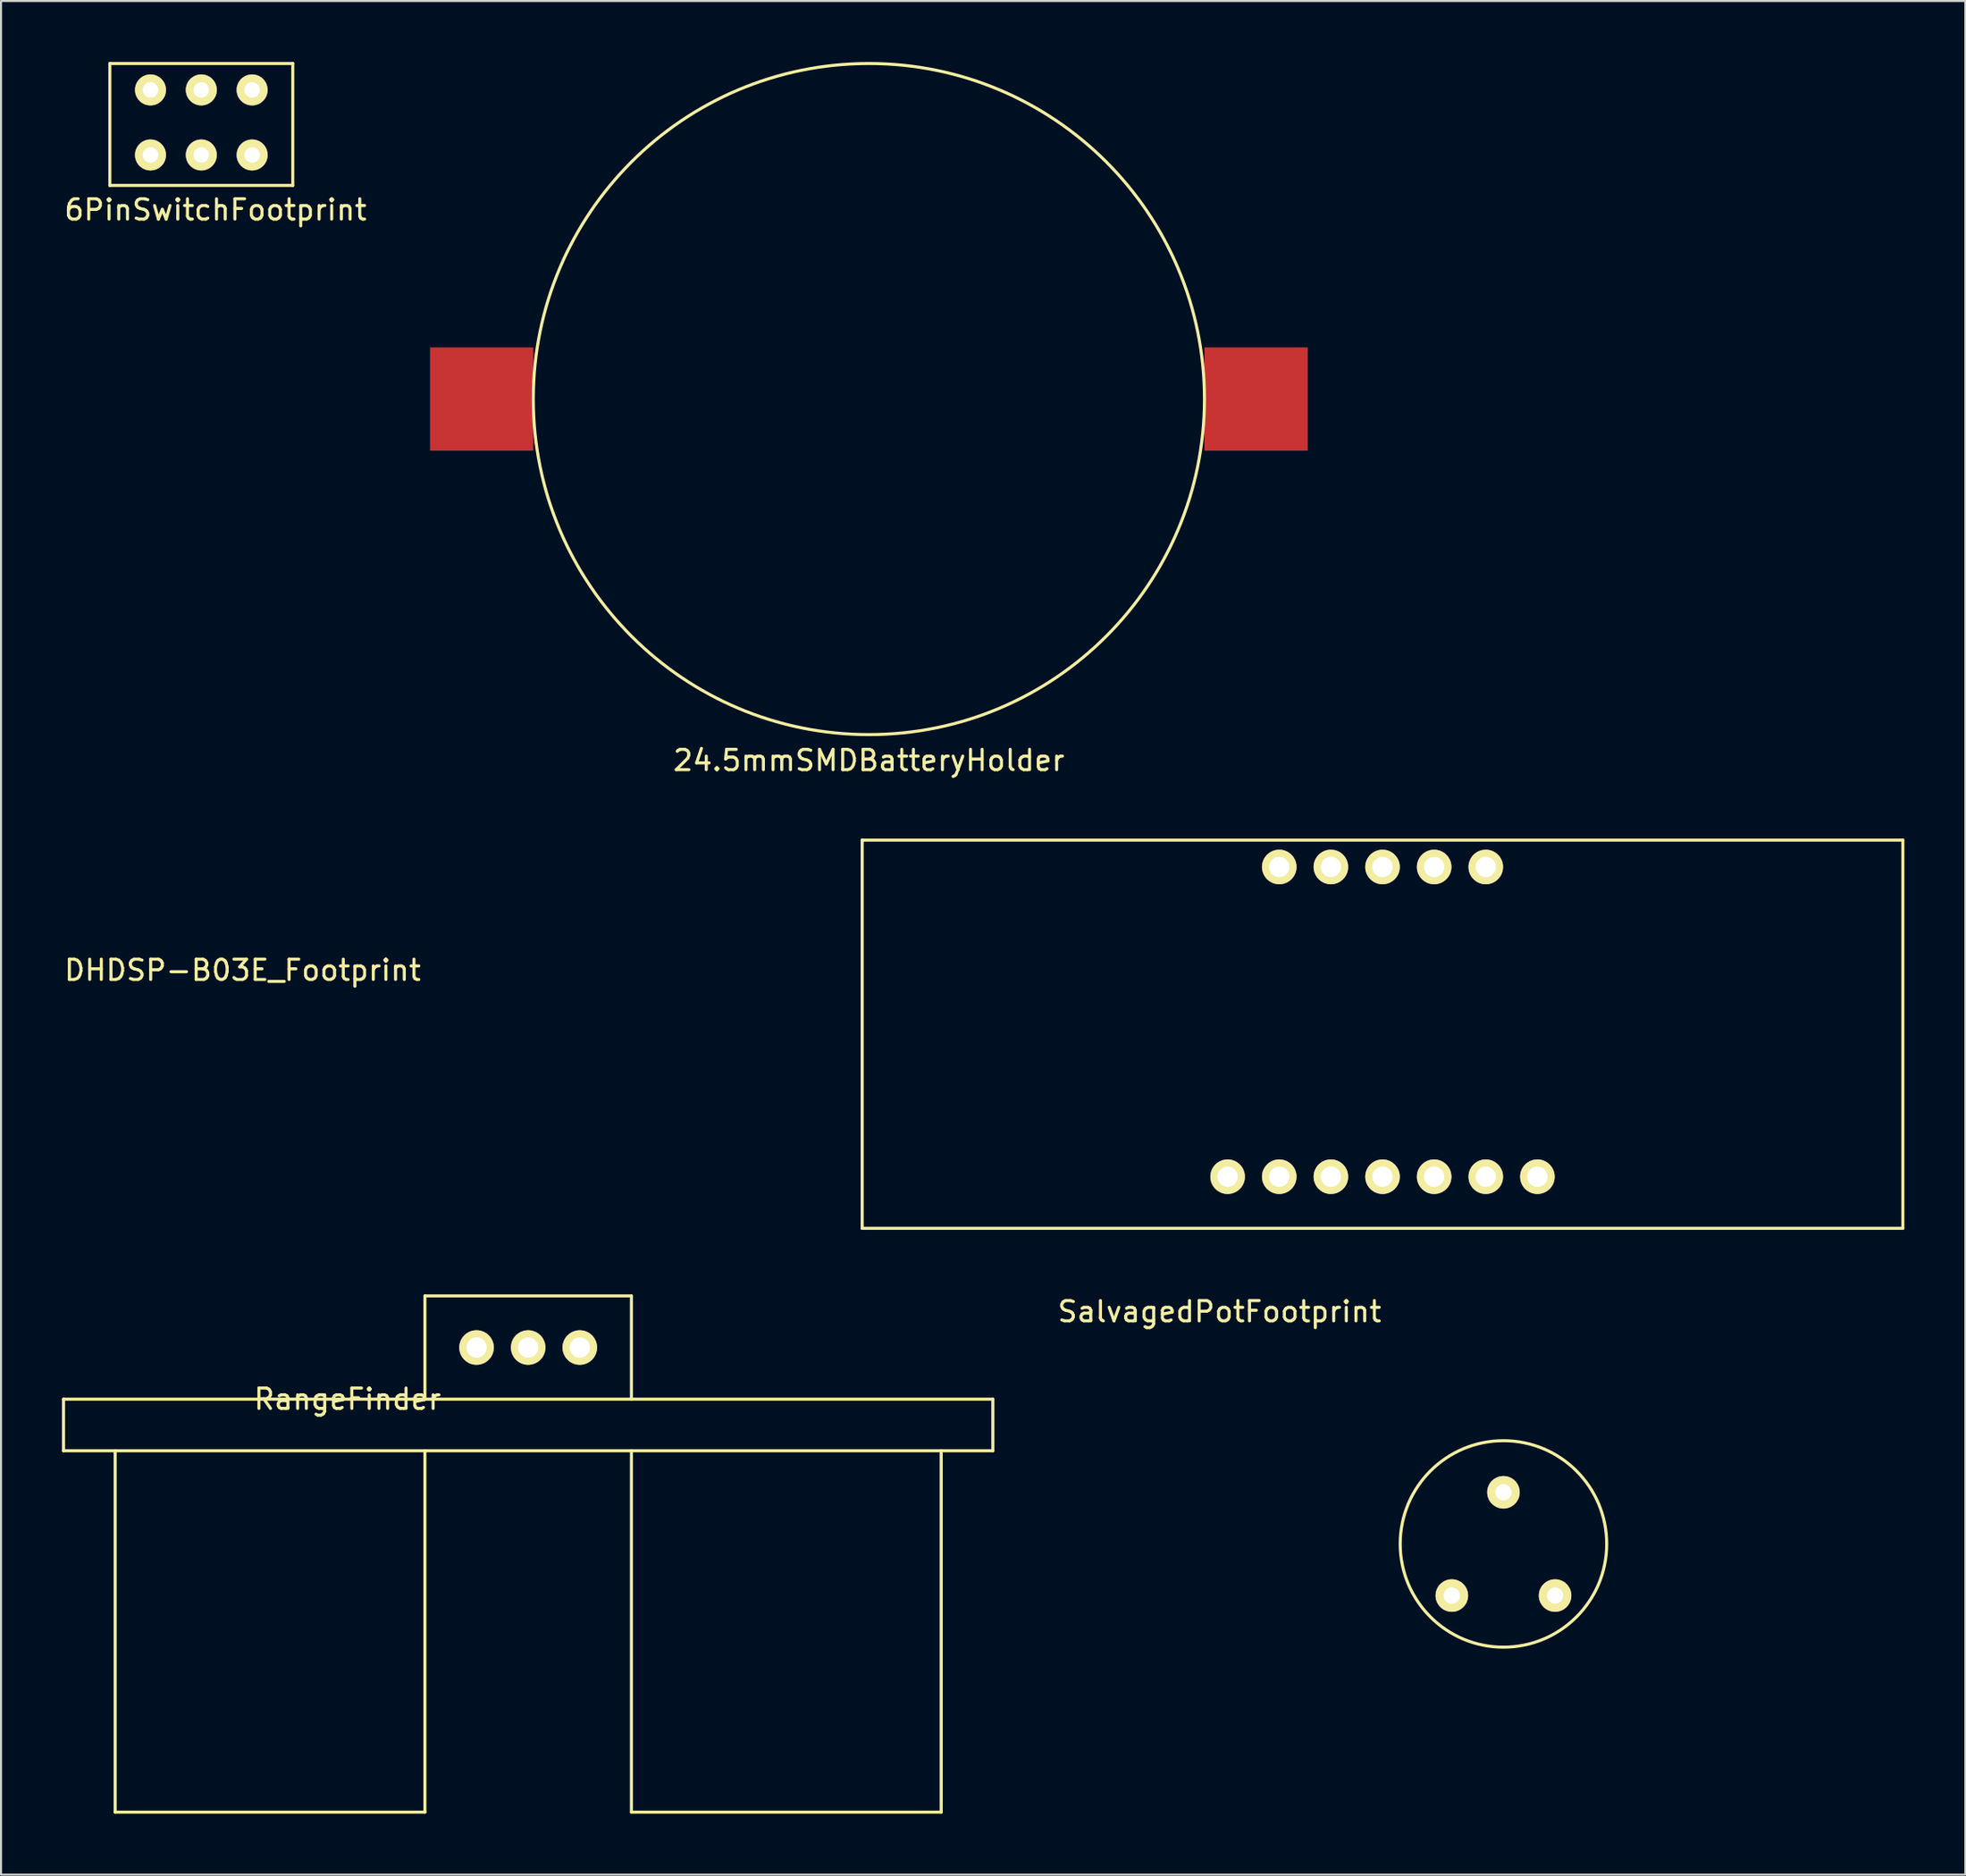
<source format=kicad_pcb>
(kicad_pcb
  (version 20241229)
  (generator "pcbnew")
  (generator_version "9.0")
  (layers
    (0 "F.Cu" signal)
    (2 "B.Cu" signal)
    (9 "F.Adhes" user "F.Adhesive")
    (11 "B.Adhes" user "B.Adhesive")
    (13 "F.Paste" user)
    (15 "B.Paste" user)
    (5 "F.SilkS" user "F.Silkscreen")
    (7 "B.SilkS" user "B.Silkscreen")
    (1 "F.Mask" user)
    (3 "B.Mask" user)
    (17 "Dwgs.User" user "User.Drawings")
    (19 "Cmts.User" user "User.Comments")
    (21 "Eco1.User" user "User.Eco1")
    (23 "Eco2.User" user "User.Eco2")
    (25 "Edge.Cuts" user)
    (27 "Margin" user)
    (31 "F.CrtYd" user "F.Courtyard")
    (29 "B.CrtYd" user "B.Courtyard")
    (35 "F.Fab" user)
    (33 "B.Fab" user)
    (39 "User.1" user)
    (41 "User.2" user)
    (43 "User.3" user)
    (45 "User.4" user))
  (footprint "SalvagedPotFootprint"
    (layer "F.Cu")
    (at 68.377 75.457)
    (property "Reference" "SalvagedPotFootprint" (at -11.43 -13.97 0) (layer "F.SilkS") (effects (font (size 1 1) (thickness 0.15))))
    (attr through_hole)
    (fp_circle (center 2.54 -2.54) (end 7.62 -2.54) (stroke (width 0.15) (type solid)) (fill no) (layer "F.SilkS"))
    (pad "1" thru_hole circle (at 0 0) (size 1.6 1.6) (drill 0.8) (layers "*.Cu" "*.Mask" "F.SilkS"))
    (pad "2" thru_hole circle (at 2.54 -5.08) (size 1.6 1.6) (drill 0.8) (layers "*.Cu" "*.Mask" "F.SilkS"))
    (pad "3" thru_hole circle (at 5.08 0) (size 1.6 1.6) (drill 0.8) (layers "*.Cu" "*.Mask" "F.SilkS")))
  (footprint "DHDSP-B03E_Footprint"
    (layer "F.Cu")
    (at 39.367 57.388)
    (property "Reference" "DHDSP-B03E_Footprint" (at -30.48 -12.7 0) (layer "F.SilkS") (effects (font (size 1 1) (thickness 0.15))))
    (attr through_hole)
    (fp_line (start 0 -19.1) (end 0 0) (stroke (width 0.15) (type solid)) (layer "F.SilkS"))
    (fp_line (start 0 0) (end 51.2 0) (stroke (width 0.15) (type solid)) (layer "F.SilkS"))
    (fp_line (start 51.2 -19.1) (end 0 -19.1) (stroke (width 0.15) (type solid)) (layer "F.SilkS"))
    (fp_line (start 51.2 0) (end 51.2 -19.1) (stroke (width 0.15) (type solid)) (layer "F.SilkS"))
    (pad "1" thru_hole circle (at 17.98 -2.54) (size 1.7 1.7) (drill 1) (layers "*.Cu" "*.Mask" "F.SilkS"))
    (pad "2" thru_hole circle (at 20.52 -2.54) (size 1.7 1.7) (drill 1) (layers "*.Cu" "*.Mask" "F.SilkS"))
    (pad "3" thru_hole circle (at 23.06 -2.54) (size 1.7 1.7) (drill 1) (layers "*.Cu" "*.Mask" "F.SilkS"))
    (pad "4" thru_hole circle (at 25.6 -2.54) (size 1.7 1.7) (drill 1) (layers "*.Cu" "*.Mask" "F.SilkS"))
    (pad "5" thru_hole circle (at 28.14 -2.54) (size 1.7 1.7) (drill 1) (layers "*.Cu" "*.Mask" "F.SilkS"))
    (pad "6" thru_hole circle (at 30.68 -2.54) (size 1.7 1.7) (drill 1) (layers "*.Cu" "*.Mask" "F.SilkS"))
    (pad "7" thru_hole circle (at 33.22 -2.54) (size 1.7 1.7) (drill 1) (layers "*.Cu" "*.Mask" "F.SilkS"))
    (pad "8" thru_hole circle (at 30.68 -17.78) (size 1.7 1.7) (drill 1) (layers "*.Cu" "*.Mask" "F.SilkS"))
    (pad "9" thru_hole circle (at 28.14 -17.78) (size 1.7 1.7) (drill 1) (layers "*.Cu" "*.Mask" "F.SilkS"))
    (pad "10" thru_hole circle (at 25.6 -17.78) (size 1.7 1.7) (drill 1) (layers "*.Cu" "*.Mask" "F.SilkS"))
    (pad "11" thru_hole circle (at 23.06 -17.78) (size 1.7 1.7) (drill 1) (layers "*.Cu" "*.Mask" "F.SilkS"))
    (pad "12" thru_hole circle (at 20.52 -17.78) (size 1.7 1.7) (drill 1) (layers "*.Cu" "*.Mask" "F.SilkS")))
  (footprint "RangeFinder"
    (layer "F.Cu")
    (at 20.395 63.253)
    (property "Reference" "RangeFinder" (at -6.35 2.54 0) (layer "F.SilkS") (effects (font (size 1 1) (thickness 0.15))))
    (attr through_hole)
    (fp_line (start -20.32 2.54) (end -20.32 5.08) (stroke (width 0.15) (type solid)) (layer "F.SilkS"))
    (fp_line (start -20.32 5.08) (end 25.4 5.08) (stroke (width 0.15) (type solid)) (layer "F.SilkS"))
    (fp_line (start -17.78 5.08) (end -17.78 22.86) (stroke (width 0.15) (type solid)) (layer "F.SilkS"))
    (fp_line (start -17.78 22.86) (end -2.54 22.86) (stroke (width 0.15) (type solid)) (layer "F.SilkS"))
    (fp_line (start -2.54 -2.54) (end 7.62 -2.54) (stroke (width 0.15) (type solid)) (layer "F.SilkS"))
    (fp_line (start -2.54 2.54) (end -20.32 2.54) (stroke (width 0.15) (type solid)) (layer "F.SilkS"))
    (fp_line (start -2.54 2.54) (end -2.54 -2.54) (stroke (width 0.15) (type solid)) (layer "F.SilkS"))
    (fp_line (start -2.54 22.86) (end -2.54 5.08) (stroke (width 0.15) (type solid)) (layer "F.SilkS"))
    (fp_line (start 7.62 -2.54) (end 7.62 2.54) (stroke (width 0.15) (type solid)) (layer "F.SilkS"))
    (fp_line (start 7.62 2.54) (end -2.54 2.54) (stroke (width 0.15) (type solid)) (layer "F.SilkS"))
    (fp_line (start 7.62 5.08) (end 7.62 22.86) (stroke (width 0.15) (type solid)) (layer "F.SilkS"))
    (fp_line (start 7.62 22.86) (end 22.86 22.86) (stroke (width 0.15) (type solid)) (layer "F.SilkS"))
    (fp_line (start 22.86 22.86) (end 22.86 5.08) (stroke (width 0.15) (type solid)) (layer "F.SilkS"))
    (fp_line (start 25.4 2.54) (end 7.62 2.54) (stroke (width 0.15) (type solid)) (layer "F.SilkS"))
    (fp_line (start 25.4 5.08) (end 25.4 2.54) (stroke (width 0.15) (type solid)) (layer "F.SilkS"))
    (pad "1" thru_hole circle (at 0 0) (size 1.7 1.7) (drill 1) (layers "*.Cu" "*.Mask" "F.SilkS"))
    (pad "2" thru_hole circle (at 2.54 0) (size 1.7 1.7) (drill 1) (layers "*.Cu" "*.Mask" "F.SilkS"))
    (pad "3" thru_hole circle (at 5.08 0) (size 1.7 1.7) (drill 1) (layers "*.Cu" "*.Mask" "F.SilkS")))
  (footprint "6PinSwitchFootprint"
    (layer "F.Cu")
    (at 4.354 4.575)
    (property "Reference" "6PinSwitchFootprint" (at 3.2 2.7 0) (layer "F.SilkS") (effects (font (size 1 1) (thickness 0.15))))
    (attr through_hole)
    (fp_line (start -2 -4.5) (end -2 1.5) (stroke (width 0.15) (type solid)) (layer "F.SilkS"))
    (fp_line (start -2 1.5) (end 7 1.5) (stroke (width 0.15) (type solid)) (layer "F.SilkS"))
    (fp_line (start 7 -4.5) (end -2 -4.5) (stroke (width 0.15) (type solid)) (layer "F.SilkS"))
    (fp_line (start 7 1.5) (end 7 -4.5) (stroke (width 0.15) (type solid)) (layer "F.SilkS"))
    (pad "1" thru_hole circle (at 0 0) (size 1.524 1.524) (drill 0.762) (layers "*.Cu" "*.Mask" "F.SilkS"))
    (pad "2" thru_hole circle (at 2.5 0) (size 1.524 1.524) (drill 0.762) (layers "*.Cu" "*.Mask" "F.SilkS"))
    (pad "3" thru_hole circle (at 5 0) (size 1.524 1.524) (drill 0.762) (layers "*.Cu" "*.Mask" "F.SilkS"))
    (pad "4" thru_hole circle (at 5 -3.2) (size 1.524 1.524) (drill 0.762) (layers "*.Cu" "*.Mask" "F.SilkS"))
    (pad "5" thru_hole circle (at 2.5 -3.2) (size 1.524 1.524) (drill 0.762) (layers "*.Cu" "*.Mask" "F.SilkS"))
    (pad "6" thru_hole circle (at 0 -3.2) (size 1.524 1.524) (drill 0.762) (layers "*.Cu" "*.Mask" "F.SilkS")))
  (footprint "24.5mmSMDBatteryHolder"
    (layer "F.Cu")
    (at 20.647 16.585)
    (property "Reference" "24.5mmSMDBatteryHolder" (at 19.05 17.78 0) (layer "F.SilkS") (effects (font (size 1 1) (thickness 0.15))))
    (attr through_hole)
    (fp_circle (center 19.05 0) (end 19.05 -16.51) (stroke (width 0.15) (type solid)) (fill no) (layer "F.SilkS"))
    (pad "1" smd rect (at 0 0) (size 5.08 5.08) (layers "F.Cu" "F.Mask" "F.Paste"))
    (pad "2" smd rect (at 38.1 0) (size 5.08 5.08) (layers "F.Cu" "F.Mask" "F.Paste")))
  (gr_rect
    (start -3 -3)
    (end 93.642 89.188)
    (stroke (width 0.1) (type default))
    (fill no)
    (layer "Edge.Cuts")))
</source>
